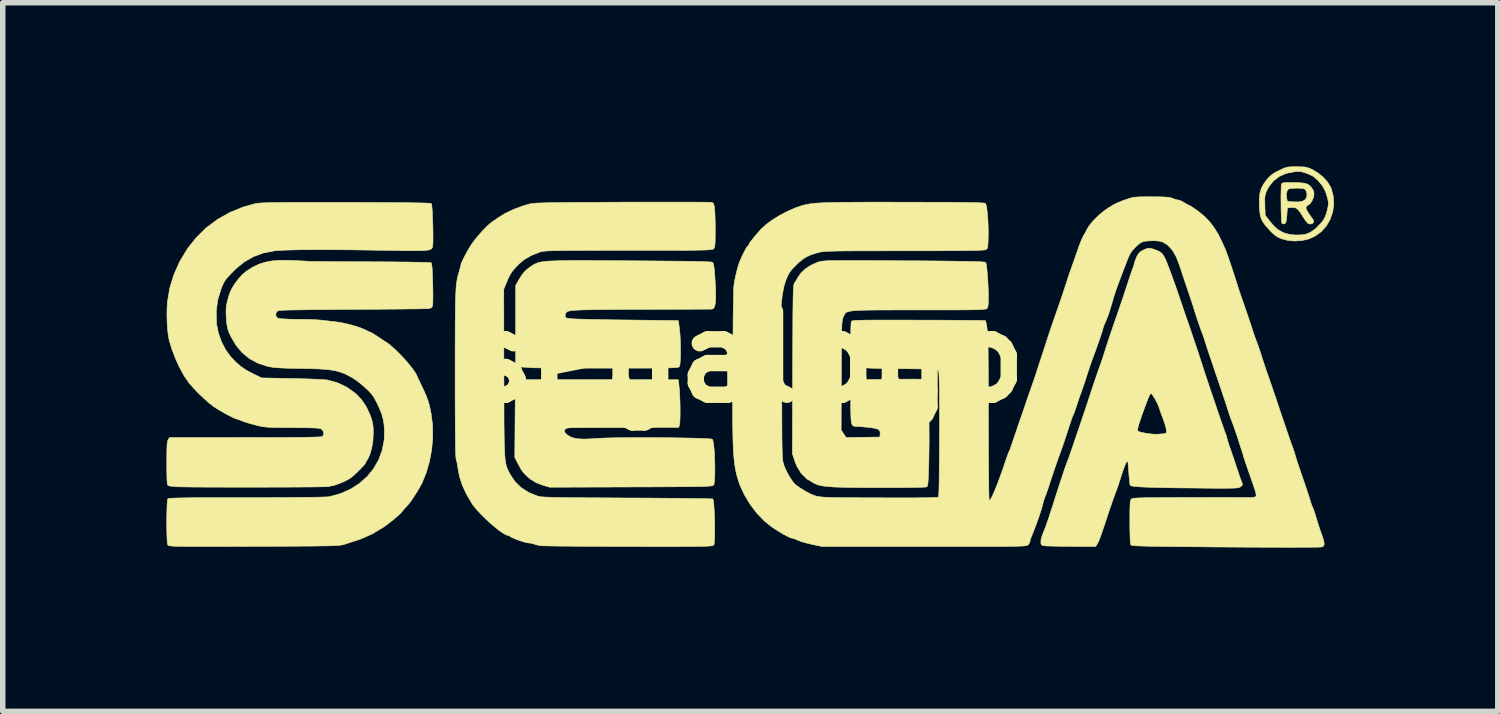
<source format=kicad_pcb>
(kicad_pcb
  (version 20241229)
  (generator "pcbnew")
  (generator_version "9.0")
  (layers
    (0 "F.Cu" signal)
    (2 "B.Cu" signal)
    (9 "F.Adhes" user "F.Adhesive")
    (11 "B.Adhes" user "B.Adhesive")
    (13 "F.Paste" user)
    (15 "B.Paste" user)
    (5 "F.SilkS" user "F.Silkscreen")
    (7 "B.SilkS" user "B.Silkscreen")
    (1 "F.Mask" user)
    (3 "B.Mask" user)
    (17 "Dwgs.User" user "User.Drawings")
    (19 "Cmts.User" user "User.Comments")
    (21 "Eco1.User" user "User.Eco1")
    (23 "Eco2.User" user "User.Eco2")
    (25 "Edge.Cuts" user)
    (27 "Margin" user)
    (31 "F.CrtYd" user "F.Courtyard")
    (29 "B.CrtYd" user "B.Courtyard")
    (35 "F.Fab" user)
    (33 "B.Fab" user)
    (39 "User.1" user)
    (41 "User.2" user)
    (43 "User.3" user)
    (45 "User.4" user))
  (footprint "segalogo"
    (layer "F.Cu")
    (at 10.606 3.493)
    (property "Reference" "segalogo" (at 0 0 0) (layer "F.SilkS") (effects (font (size 1.524 1.524) (thickness 0.3))))
    (attr through_hole)
    (fp_poly (pts (xy 10.004 -3.199) (xy 10.115 -3.197) (xy 10.197 -3.192) (xy 10.258 -3.183) (xy 10.302 -3.168) (xy 10.336 -3.145) (xy 10.366 -3.114) (xy 10.369 -3.111) (xy 10.405 -3.057) (xy 10.418 -3.006) (xy 10.419 -2.982) (xy 10.408 -2.923) (xy 10.383 -2.864) (xy 10.35 -2.814) (xy 10.316 -2.787) (xy 10.313 -2.786) (xy 10.28 -2.765) (xy 10.272 -2.732) (xy 10.291 -2.682) (xy 10.324 -2.629) (xy 10.36 -2.578) (xy 10.389 -2.537) (xy 10.404 -2.516) (xy 10.413 -2.48) (xy 10.395 -2.451) (xy 10.357 -2.438) (xy 10.356 -2.438) (xy 10.33 -2.441) (xy 10.307 -2.452) (xy 10.282 -2.477) (xy 10.251 -2.52) (xy 10.208 -2.586) (xy 10.196 -2.606) (xy 10.151 -2.674) (xy 10.113 -2.716) (xy 10.074 -2.737) (xy 10.026 -2.742) (xy 9.989 -2.74) (xy 9.931 -2.735) (xy 9.923 -2.608) (xy 9.917 -2.543) (xy 9.909 -2.491) (xy 9.902 -2.461) (xy 9.901 -2.46) (xy 9.874 -2.441) (xy 9.843 -2.443) (xy 9.83 -2.454) (xy 9.826 -2.478) (xy 9.822 -2.529) (xy 9.819 -2.602) (xy 9.816 -2.688) (xy 9.815 -2.784) (xy 9.814 -2.881) (xy 9.814 -2.973) (xy 9.815 -2.987) (xy 9.911 -2.987) (xy 9.917 -2.923) (xy 9.931 -2.853) (xy 10.041 -2.845) (xy 10.137 -2.843) (xy 10.206 -2.855) (xy 10.253 -2.882) (xy 10.273 -2.906) (xy 10.29 -2.955) (xy 10.287 -3.01) (xy 10.269 -3.058) (xy 10.244 -3.082) (xy 10.211 -3.09) (xy 10.156 -3.095) (xy 10.089 -3.096) (xy 10.08 -3.095) (xy 10.013 -3.092) (xy 9.972 -3.087) (xy 9.948 -3.076) (xy 9.934 -3.058) (xy 9.925 -3.042) (xy 9.911 -2.987) (xy 9.815 -2.987) (xy 9.816 -3.055) (xy 9.818 -3.12) (xy 9.821 -3.161) (xy 9.824 -3.171) (xy 9.836 -3.185) (xy 9.858 -3.193) (xy 9.898 -3.198) (xy 9.962 -3.199) (xy 10.004 -3.199)) (stroke (width 0.01) (type solid)) (fill yes) (layer "F.SilkS"))
    (fp_poly (pts (xy 10.183 -3.487) (xy 10.243 -3.484) (xy 10.29 -3.475) (xy 10.335 -3.46) (xy 10.387 -3.437) (xy 10.49 -3.376) (xy 10.586 -3.297) (xy 10.666 -3.208) (xy 10.723 -3.116) (xy 10.735 -3.088) (xy 10.773 -2.943) (xy 10.781 -2.797) (xy 10.761 -2.656) (xy 10.714 -2.522) (xy 10.644 -2.402) (xy 10.551 -2.298) (xy 10.437 -2.216) (xy 10.321 -2.164) (xy 10.188 -2.134) (xy 10.049 -2.127) (xy 9.931 -2.14) (xy 9.838 -2.164) (xy 9.765 -2.193) (xy 9.702 -2.235) (xy 9.636 -2.295) (xy 9.603 -2.33) (xy 9.533 -2.409) (xy 9.484 -2.475) (xy 9.452 -2.538) (xy 9.433 -2.606) (xy 9.423 -2.69) (xy 9.418 -2.774) (xy 9.418 -2.862) (xy 9.517 -2.862) (xy 9.519 -2.78) (xy 9.525 -2.599) (xy 9.606 -2.494) (xy 9.684 -2.402) (xy 9.759 -2.336) (xy 9.839 -2.289) (xy 9.895 -2.267) (xy 9.982 -2.246) (xy 10.086 -2.237) (xy 10.191 -2.24) (xy 10.267 -2.251) (xy 10.356 -2.287) (xy 10.449 -2.354) (xy 10.541 -2.447) (xy 10.549 -2.456) (xy 10.596 -2.519) (xy 10.628 -2.581) (xy 10.653 -2.657) (xy 10.659 -2.679) (xy 10.675 -2.75) (xy 10.682 -2.802) (xy 10.68 -2.848) (xy 10.67 -2.903) (xy 10.669 -2.907) (xy 10.632 -3.03) (xy 10.576 -3.136) (xy 10.496 -3.232) (xy 10.418 -3.303) (xy 10.386 -3.323) (xy 10.334 -3.347) (xy 10.283 -3.368) (xy 10.219 -3.389) (xy 10.166 -3.399) (xy 10.105 -3.399) (xy 10.055 -3.395) (xy 9.909 -3.366) (xy 9.782 -3.31) (xy 9.675 -3.227) (xy 9.59 -3.12) (xy 9.555 -3.053) (xy 9.536 -3.008) (xy 9.524 -2.968) (xy 9.518 -2.922) (xy 9.517 -2.862) (xy 9.418 -2.862) (xy 9.417 -2.899) (xy 9.427 -2.999) (xy 9.451 -3.083) (xy 9.49 -3.162) (xy 9.547 -3.242) (xy 9.553 -3.249) (xy 9.602 -3.304) (xy 9.651 -3.347) (xy 9.713 -3.386) (xy 9.776 -3.418) (xy 9.842 -3.449) (xy 9.891 -3.47) (xy 9.936 -3.481) (xy 9.988 -3.487) (xy 10.056 -3.488) (xy 10.099 -3.488) (xy 10.183 -3.487)) (stroke (width 0.01) (type solid)) (fill yes) (layer "F.SilkS"))
    (fp_poly (pts (xy -2.815 0.412) (xy -2.667 0.412) (xy -1.228 0.415) (xy -1.212 0.559) (xy -1.205 0.634) (xy -1.201 0.727) (xy -1.197 0.829) (xy -1.195 0.933) (xy -1.195 1.033) (xy -1.197 1.121) (xy -1.2 1.191) (xy -1.206 1.235) (xy -1.207 1.24) (xy -1.22 1.287) (xy -2.172 1.29) (xy -2.351 1.291) (xy -2.522 1.291) (xy -2.682 1.292) (xy -2.826 1.292) (xy -2.953 1.293) (xy -3.058 1.293) (xy -3.137 1.294) (xy -3.189 1.294) (xy -3.205 1.294) (xy -3.267 1.301) (xy -3.301 1.319) (xy -3.302 1.321) (xy -3.316 1.349) (xy -3.312 1.373) (xy -3.286 1.403) (xy -3.267 1.421) (xy -3.215 1.457) (xy -3.148 1.482) (xy -3.062 1.497) (xy -2.954 1.502) (xy -2.818 1.497) (xy -2.723 1.49) (xy -2.653 1.486) (xy -2.558 1.482) (xy -2.443 1.479) (xy -2.31 1.477) (xy -2.163 1.476) (xy -2.006 1.475) (xy -1.843 1.475) (xy -1.676 1.475) (xy -1.509 1.476) (xy -1.346 1.478) (xy -1.191 1.48) (xy -1.046 1.483) (xy -0.916 1.486) (xy -0.804 1.49) (xy -0.713 1.494) (xy -0.648 1.498) (xy -0.611 1.503) (xy -0.604 1.506) (xy -0.593 1.533) (xy -0.583 1.589) (xy -0.574 1.667) (xy -0.567 1.76) (xy -0.562 1.862) (xy -0.559 1.969) (xy -0.558 2.072) (xy -0.56 2.168) (xy -0.564 2.249) (xy -0.57 2.309) (xy -0.58 2.342) (xy -0.581 2.344) (xy -0.586 2.349) (xy -0.595 2.353) (xy -0.61 2.357) (xy -0.633 2.361) (xy -0.666 2.364) (xy -0.711 2.367) (xy -0.77 2.369) (xy -0.846 2.371) (xy -0.94 2.372) (xy -1.055 2.374) (xy -1.192 2.375) (xy -1.355 2.376) (xy -1.544 2.377) (xy -1.762 2.378) (xy -2.012 2.378) (xy -2.093 2.379) (xy -3.582 2.384) (xy -3.712 2.346) (xy -3.83 2.302) (xy -3.93 2.24) (xy -3.938 2.235) (xy -4.008 2.176) (xy -4.063 2.119) (xy -4.11 2.053) (xy -4.157 1.968) (xy -4.168 1.947) (xy -4.224 1.837) (xy -4.219 1.16) (xy -4.218 1.011) (xy -4.217 0.872) (xy -4.215 0.746) (xy -4.213 0.639) (xy -4.211 0.552) (xy -4.209 0.491) (xy -4.207 0.458) (xy -4.207 0.455) (xy -4.185 0.431) (xy -4.152 0.418) (xy -4.129 0.417) (xy -4.074 0.416) (xy -3.99 0.414) (xy -3.88 0.414) (xy -3.747 0.413) (xy -3.592 0.412) (xy -3.419 0.412) (xy -3.231 0.412) (xy -3.028 0.412) (xy -2.815 0.412)) (stroke (width 0.01) (type solid)) (fill yes) (layer "F.SilkS"))
    (fp_poly (pts (xy -2.866 -1.769) (xy -2.659 -1.768) (xy -2.424 -1.767) (xy -2.157 -1.765) (xy -2.112 -1.765) (xy -1.826 -1.763) (xy -1.572 -1.761) (xy -1.35 -1.759) (xy -1.159 -1.757) (xy -0.998 -1.755) (xy -0.866 -1.752) (xy -0.761 -1.749) (xy -0.684 -1.746) (xy -0.632 -1.743) (xy -0.605 -1.739) (xy -0.601 -1.738) (xy -0.59 -1.72) (xy -0.58 -1.682) (xy -0.571 -1.621) (xy -0.563 -1.531) (xy -0.558 -1.473) (xy -0.548 -1.308) (xy -0.543 -1.173) (xy -0.543 -1.067) (xy -0.55 -0.988) (xy -0.562 -0.932) (xy -0.58 -0.897) (xy -0.605 -0.881) (xy -0.615 -0.879) (xy -0.635 -0.879) (xy -0.686 -0.879) (xy -0.765 -0.878) (xy -0.871 -0.878) (xy -0.999 -0.877) (xy -1.148 -0.877) (xy -1.314 -0.876) (xy -1.496 -0.875) (xy -1.69 -0.875) (xy -1.894 -0.874) (xy -1.897 -0.874) (xy -2.143 -0.874) (xy -2.357 -0.873) (xy -2.543 -0.872) (xy -2.701 -0.87) (xy -2.834 -0.868) (xy -2.944 -0.866) (xy -3.035 -0.863) (xy -3.107 -0.859) (xy -3.163 -0.855) (xy -3.205 -0.849) (xy -3.236 -0.843) (xy -3.258 -0.835) (xy -3.273 -0.826) (xy -3.283 -0.816) (xy -3.288 -0.809) (xy -3.299 -0.775) (xy -3.302 -0.751) (xy -3.298 -0.732) (xy -3.283 -0.719) (xy -3.248 -0.711) (xy -3.188 -0.703) (xy -3.149 -0.701) (xy -3.08 -0.698) (xy -2.985 -0.695) (xy -2.866 -0.692) (xy -2.728 -0.689) (xy -2.574 -0.686) (xy -2.408 -0.683) (xy -2.233 -0.681) (xy -2.151 -0.68) (xy -1.228 -0.669) (xy -1.208 -0.525) (xy -1.199 -0.444) (xy -1.193 -0.349) (xy -1.189 -0.246) (xy -1.187 -0.143) (xy -1.188 -0.044) (xy -1.191 0.044) (xy -1.196 0.114) (xy -1.203 0.16) (xy -1.209 0.174) (xy -1.215 0.179) (xy -1.224 0.184) (xy -1.24 0.188) (xy -1.265 0.191) (xy -1.3 0.194) (xy -1.348 0.196) (xy -1.411 0.198) (xy -1.492 0.2) (xy -1.592 0.201) (xy -1.714 0.201) (xy -1.86 0.202) (xy -2.032 0.202) (xy -2.232 0.202) (xy -2.464 0.202) (xy -2.576 0.202) (xy -2.786 0.202) (xy -2.987 0.201) (xy -3.176 0.201) (xy -3.349 0.2) (xy -3.506 0.199) (xy -3.642 0.198) (xy -3.755 0.197) (xy -3.844 0.196) (xy -3.904 0.195) (xy -3.934 0.194) (xy -3.937 0.194) (xy -3.961 0.19) (xy -4.009 0.186) (xy -4.072 0.183) (xy -4.081 0.183) (xy -4.208 0.178) (xy -4.208 -1.312) (xy -4.151 -1.414) (xy -4.094 -1.505) (xy -4.037 -1.575) (xy -3.968 -1.634) (xy -3.92 -1.667) (xy -3.892 -1.685) (xy -3.865 -1.701) (xy -3.838 -1.714) (xy -3.808 -1.726) (xy -3.773 -1.736) (xy -3.73 -1.745) (xy -3.678 -1.752) (xy -3.615 -1.758) (xy -3.537 -1.762) (xy -3.444 -1.765) (xy -3.332 -1.767) (xy -3.2 -1.769) (xy -3.045 -1.769) (xy -2.866 -1.769)) (stroke (width 0.01) (type solid)) (fill yes) (layer "F.SilkS"))
    (fp_poly (pts (xy 2.062 -1.77) (xy 2.23 -1.769) (xy 2.425 -1.768) (xy 2.65 -1.767) (xy 2.906 -1.765) (xy 2.92 -1.765) (xy 3.191 -1.764) (xy 3.43 -1.762) (xy 3.638 -1.76) (xy 3.818 -1.758) (xy 3.969 -1.755) (xy 4.096 -1.753) (xy 4.198 -1.751) (xy 4.277 -1.748) (xy 4.336 -1.745) (xy 4.375 -1.741) (xy 4.397 -1.738) (xy 4.403 -1.735) (xy 4.412 -1.709) (xy 4.421 -1.655) (xy 4.429 -1.579) (xy 4.437 -1.486) (xy 4.444 -1.383) (xy 4.449 -1.275) (xy 4.452 -1.169) (xy 4.453 -1.106) (xy 4.452 -1.018) (xy 4.449 -0.957) (xy 4.442 -0.918) (xy 4.431 -0.895) (xy 4.427 -0.89) (xy 4.419 -0.885) (xy 4.405 -0.881) (xy 4.382 -0.877) (xy 4.348 -0.874) (xy 4.302 -0.871) (xy 4.239 -0.869) (xy 4.159 -0.867) (xy 4.059 -0.866) (xy 3.936 -0.865) (xy 3.789 -0.864) (xy 3.615 -0.864) (xy 3.412 -0.864) (xy 3.177 -0.864) (xy 3.173 -0.864) (xy 2.931 -0.864) (xy 2.721 -0.864) (xy 2.539 -0.863) (xy 2.385 -0.863) (xy 2.255 -0.861) (xy 2.148 -0.859) (xy 2.061 -0.855) (xy 1.991 -0.851) (xy 1.937 -0.844) (xy 1.896 -0.837) (xy 1.866 -0.827) (xy 1.845 -0.815) (xy 1.829 -0.801) (xy 1.818 -0.784) (xy 1.809 -0.765) (xy 1.798 -0.743) (xy 1.791 -0.726) (xy 1.785 -0.709) (xy 1.779 -0.688) (xy 1.775 -0.66) (xy 1.771 -0.623) (xy 1.768 -0.574) (xy 1.766 -0.51) (xy 1.764 -0.428) (xy 1.763 -0.327) (xy 1.762 -0.202) (xy 1.761 -0.051) (xy 1.76 0.127) (xy 1.759 0.334) (xy 1.755 1.336) (xy 1.847 1.474) (xy 2.155 1.469) (xy 2.464 1.465) (xy 2.469 1.419) (xy 2.47 1.375) (xy 2.459 1.343) (xy 2.431 1.321) (xy 2.38 1.306) (xy 2.302 1.293) (xy 2.269 1.289) (xy 2.189 1.281) (xy 2.115 1.274) (xy 2.058 1.271) (xy 2.037 1.27) (xy 2.005 1.269) (xy 1.98 1.262) (xy 1.962 1.247) (xy 1.948 1.219) (xy 1.94 1.174) (xy 1.935 1.109) (xy 1.932 1.019) (xy 1.931 0.901) (xy 1.931 0.838) (xy 1.932 0.727) (xy 1.934 0.627) (xy 1.937 0.544) (xy 1.941 0.481) (xy 1.945 0.446) (xy 1.947 0.44) (xy 1.955 0.434) (xy 1.973 0.428) (xy 2.003 0.424) (xy 2.049 0.42) (xy 2.113 0.416) (xy 2.199 0.414) (xy 2.309 0.411) (xy 2.448 0.409) (xy 2.617 0.406) (xy 2.62 0.406) (xy 2.767 0.405) (xy 2.903 0.404) (xy 3.026 0.404) (xy 3.131 0.404) (xy 3.215 0.405) (xy 3.273 0.407) (xy 3.302 0.409) (xy 3.304 0.41) (xy 3.325 0.437) (xy 3.34 0.496) (xy 3.342 0.512) (xy 3.348 0.58) (xy 3.353 0.677) (xy 3.357 0.798) (xy 3.361 0.937) (xy 3.364 1.089) (xy 3.366 1.25) (xy 3.367 1.413) (xy 3.367 1.575) (xy 3.365 1.73) (xy 3.363 1.872) (xy 3.362 1.918) (xy 3.358 2.053) (xy 3.354 2.159) (xy 3.351 2.238) (xy 3.347 2.295) (xy 3.343 2.334) (xy 3.338 2.357) (xy 3.33 2.37) (xy 3.321 2.377) (xy 3.313 2.379) (xy 3.282 2.382) (xy 3.221 2.385) (xy 3.134 2.387) (xy 3.027 2.389) (xy 2.902 2.39) (xy 2.764 2.391) (xy 2.617 2.391) (xy 2.465 2.391) (xy 2.312 2.391) (xy 2.164 2.39) (xy 2.023 2.389) (xy 1.893 2.387) (xy 1.78 2.385) (xy 1.687 2.382) (xy 1.619 2.38) (xy 1.6 2.378) (xy 1.502 2.37) (xy 1.429 2.362) (xy 1.373 2.352) (xy 1.326 2.339) (xy 1.28 2.32) (xy 1.251 2.306) (xy 1.124 2.229) (xy 1.023 2.128) (xy 0.947 2.005) (xy 0.909 1.912) (xy 0.862 1.768) (xy 0.867 0.225) (xy 0.868 -0.039) (xy 0.869 -0.27) (xy 0.87 -0.472) (xy 0.87 -0.647) (xy 0.871 -0.796) (xy 0.873 -0.922) (xy 0.874 -1.027) (xy 0.876 -1.112) (xy 0.878 -1.181) (xy 0.88 -1.235) (xy 0.883 -1.276) (xy 0.886 -1.306) (xy 0.89 -1.328) (xy 0.894 -1.344) (xy 0.899 -1.355) (xy 0.905 -1.364) (xy 0.906 -1.366) (xy 0.939 -1.416) (xy 0.965 -1.464) (xy 1.023 -1.546) (xy 1.107 -1.623) (xy 1.21 -1.688) (xy 1.323 -1.737) (xy 1.348 -1.745) (xy 1.368 -1.75) (xy 1.391 -1.755) (xy 1.417 -1.759) (xy 1.451 -1.762) (xy 1.493 -1.765) (xy 1.547 -1.767) (xy 1.614 -1.768) (xy 1.697 -1.77) (xy 1.798 -1.77) (xy 1.919 -1.77) (xy 2.062 -1.77)) (stroke (width 0.01) (type solid)) (fill yes) (layer "F.SilkS"))
    (fp_poly (pts (xy -7.583 -2.835) (xy -7.327 -2.834) (xy -7.039 -2.834) (xy -6.785 -2.833) (xy -6.561 -2.832) (xy -6.368 -2.831) (xy -6.204 -2.829) (xy -6.067 -2.827) (xy -5.957 -2.825) (xy -5.871 -2.823) (xy -5.81 -2.82) (xy -5.771 -2.817) (xy -5.754 -2.814) (xy -5.753 -2.813) (xy -5.747 -2.791) (xy -5.741 -2.742) (xy -5.736 -2.67) (xy -5.732 -2.583) (xy -5.728 -2.485) (xy -5.725 -2.384) (xy -5.723 -2.284) (xy -5.723 -2.193) (xy -5.723 -2.115) (xy -5.726 -2.057) (xy -5.73 -2.027) (xy -5.735 -2.008) (xy -5.744 -1.992) (xy -5.758 -1.979) (xy -5.78 -1.969) (xy -5.814 -1.961) (xy -5.861 -1.955) (xy -5.925 -1.952) (xy -6.007 -1.95) (xy -6.112 -1.949) (xy -6.241 -1.95) (xy -6.397 -1.953) (xy -6.583 -1.956) (xy -6.677 -1.957) (xy -6.976 -1.962) (xy -7.256 -1.966) (xy -7.517 -1.968) (xy -7.756 -1.969) (xy -7.972 -1.968) (xy -8.163 -1.967) (xy -8.327 -1.963) (xy -8.462 -1.959) (xy -8.567 -1.953) (xy -8.636 -1.946) (xy -8.833 -1.907) (xy -9.011 -1.842) (xy -9.174 -1.749) (xy -9.328 -1.625) (xy -9.39 -1.565) (xy -9.455 -1.497) (xy -9.502 -1.445) (xy -9.536 -1.398) (xy -9.563 -1.35) (xy -9.589 -1.29) (xy -9.608 -1.242) (xy -9.668 -1.044) (xy -9.694 -0.837) (xy -9.689 -0.622) (xy -9.687 -0.601) (xy -9.655 -0.442) (xy -9.599 -0.283) (xy -9.523 -0.136) (xy -9.432 -0.01) (xy -9.337 0.091) (xy -9.246 0.17) (xy -9.146 0.238) (xy -9.029 0.3) (xy -8.865 0.381) (xy -8.306 0.392) (xy -8.167 0.395) (xy -8.035 0.399) (xy -7.914 0.403) (xy -7.81 0.408) (xy -7.728 0.413) (xy -7.672 0.417) (xy -7.654 0.42) (xy -7.472 0.47) (xy -7.302 0.551) (xy -7.145 0.664) (xy -7.132 0.675) (xy -7.032 0.779) (xy -6.949 0.902) (xy -6.879 1.05) (xy -6.861 1.099) (xy -6.839 1.167) (xy -6.826 1.226) (xy -6.819 1.291) (xy -6.817 1.372) (xy -6.817 1.405) (xy -6.824 1.538) (xy -6.845 1.664) (xy -6.876 1.776) (xy -6.916 1.864) (xy -6.928 1.882) (xy -6.95 1.918) (xy -6.96 1.942) (xy -6.96 1.943) (xy -6.971 1.96) (xy -7.002 1.996) (xy -7.047 2.044) (xy -7.095 2.092) (xy -7.166 2.159) (xy -7.227 2.209) (xy -7.288 2.248) (xy -7.362 2.285) (xy -7.377 2.292) (xy -7.524 2.347) (xy -7.644 2.372) (xy -7.678 2.374) (xy -7.741 2.376) (xy -7.833 2.377) (xy -7.948 2.379) (xy -8.084 2.38) (xy -8.238 2.381) (xy -8.406 2.382) (xy -8.586 2.382) (xy -8.773 2.383) (xy -8.965 2.383) (xy -9.158 2.383) (xy -9.349 2.383) (xy -9.535 2.383) (xy -9.712 2.382) (xy -9.878 2.382) (xy -10.029 2.381) (xy -10.162 2.38) (xy -10.273 2.378) (xy -10.36 2.377) (xy -10.413 2.375) (xy -10.482 2.37) (xy -10.538 2.363) (xy -10.573 2.354) (xy -10.578 2.351) (xy -10.586 2.337) (xy -10.591 2.306) (xy -10.596 2.255) (xy -10.598 2.18) (xy -10.6 2.078) (xy -10.6 1.946) (xy -10.6 1.941) (xy -10.6 1.811) (xy -10.599 1.711) (xy -10.596 1.637) (xy -10.593 1.583) (xy -10.588 1.547) (xy -10.58 1.523) (xy -10.574 1.511) (xy -10.548 1.473) (xy -9.168 1.474) (xy -8.881 1.474) (xy -8.628 1.473) (xy -8.408 1.472) (xy -8.22 1.471) (xy -8.065 1.469) (xy -7.941 1.466) (xy -7.849 1.464) (xy -7.788 1.461) (xy -7.758 1.457) (xy -7.755 1.456) (xy -7.727 1.425) (xy -7.725 1.382) (xy -7.747 1.339) (xy -7.757 1.328) (xy -7.769 1.318) (xy -7.786 1.311) (xy -7.81 1.305) (xy -7.846 1.301) (xy -7.898 1.298) (xy -7.969 1.296) (xy -8.064 1.294) (xy -8.186 1.293) (xy -8.296 1.292) (xy -8.442 1.291) (xy -8.558 1.29) (xy -8.651 1.288) (xy -8.724 1.285) (xy -8.783 1.281) (xy -8.833 1.275) (xy -8.879 1.267) (xy -8.926 1.257) (xy -8.976 1.244) (xy -9.058 1.222) (xy -9.137 1.199) (xy -9.2 1.178) (xy -9.227 1.167) (xy -9.274 1.148) (xy -9.308 1.136) (xy -9.317 1.135) (xy -9.344 1.126) (xy -9.394 1.104) (xy -9.459 1.071) (xy -9.532 1.032) (xy -9.607 0.99) (xy -9.677 0.948) (xy -9.734 0.911) (xy -9.748 0.902) (xy -9.83 0.837) (xy -9.924 0.753) (xy -10.021 0.66) (xy -10.111 0.566) (xy -10.186 0.479) (xy -10.205 0.456) (xy -10.287 0.334) (xy -10.367 0.188) (xy -10.441 0.026) (xy -10.505 -0.141) (xy -10.555 -0.306) (xy -10.557 -0.313) (xy -10.573 -0.4) (xy -10.586 -0.511) (xy -10.594 -0.637) (xy -10.597 -0.769) (xy -10.595 -0.896) (xy -10.588 -1.011) (xy -10.586 -1.024) (xy -10.545 -1.268) (xy -10.472 -1.505) (xy -10.368 -1.741) (xy -10.357 -1.761) (xy -10.22 -1.989) (xy -10.058 -2.192) (xy -9.875 -2.371) (xy -9.669 -2.524) (xy -9.443 -2.651) (xy -9.196 -2.751) (xy -9 -2.807) (xy -8.977 -2.812) (xy -8.952 -2.817) (xy -8.92 -2.82) (xy -8.881 -2.824) (xy -8.832 -2.826) (xy -8.771 -2.829) (xy -8.695 -2.831) (xy -8.603 -2.832) (xy -8.493 -2.833) (xy -8.361 -2.834) (xy -8.207 -2.834) (xy -8.027 -2.835) (xy -7.82 -2.835) (xy -7.583 -2.835)) (stroke (width 0.01) (type solid)) (fill yes) (layer "F.SilkS"))
    (fp_poly (pts (xy 7.432 -1.992) (xy 7.489 -1.974) (xy 7.518 -1.963) (xy 7.571 -1.942) (xy 7.611 -1.918) (xy 7.644 -1.887) (xy 7.673 -1.843) (xy 7.703 -1.781) (xy 7.738 -1.693) (xy 7.751 -1.659) (xy 7.783 -1.575) (xy 7.811 -1.499) (xy 7.838 -1.424) (xy 7.867 -1.343) (xy 7.9 -1.25) (xy 7.939 -1.136) (xy 7.977 -1.024) (xy 8.012 -0.92) (xy 8.045 -0.824) (xy 8.074 -0.741) (xy 8.095 -0.678) (xy 8.109 -0.64) (xy 8.11 -0.635) (xy 8.13 -0.579) (xy 8.157 -0.5) (xy 8.189 -0.405) (xy 8.224 -0.301) (xy 8.26 -0.195) (xy 8.294 -0.093) (xy 8.324 -0.002) (xy 8.348 0.072) (xy 8.364 0.121) (xy 8.366 0.127) (xy 8.384 0.183) (xy 8.409 0.263) (xy 8.442 0.361) (xy 8.479 0.473) (xy 8.52 0.595) (xy 8.563 0.722) (xy 8.607 0.85) (xy 8.649 0.975) (xy 8.689 1.092) (xy 8.725 1.196) (xy 8.756 1.283) (xy 8.779 1.35) (xy 8.794 1.391) (xy 8.798 1.4) (xy 8.815 1.443) (xy 8.822 1.476) (xy 8.822 1.477) (xy 8.828 1.502) (xy 8.843 1.551) (xy 8.864 1.618) (xy 8.888 1.686) (xy 8.922 1.784) (xy 8.959 1.892) (xy 8.993 1.994) (xy 9.008 2.04) (xy 9.034 2.119) (xy 9.059 2.193) (xy 9.081 2.252) (xy 9.09 2.275) (xy 9.106 2.318) (xy 9.107 2.342) (xy 9.09 2.362) (xy 9.076 2.374) (xy 9.066 2.381) (xy 9.054 2.387) (xy 9.036 2.392) (xy 9.01 2.396) (xy 8.974 2.399) (xy 8.923 2.401) (xy 8.856 2.402) (xy 8.769 2.403) (xy 8.66 2.403) (xy 8.525 2.402) (xy 8.362 2.4) (xy 8.171 2.398) (xy 7.936 2.396) (xy 7.733 2.393) (xy 7.56 2.389) (xy 7.415 2.385) (xy 7.298 2.381) (xy 7.206 2.376) (xy 7.136 2.37) (xy 7.089 2.363) (xy 7.061 2.356) (xy 7.053 2.351) (xy 7.047 2.331) (xy 7.041 2.284) (xy 7.034 2.216) (xy 7.027 2.136) (xy 7.027 2.131) (xy 7.021 2.051) (xy 7.016 1.984) (xy 7.012 1.938) (xy 7.011 1.918) (xy 7.011 1.918) (xy 6.997 1.914) (xy 6.995 1.913) (xy 6.98 1.929) (xy 6.958 1.976) (xy 6.929 2.05) (xy 6.895 2.15) (xy 6.866 2.244) (xy 6.84 2.325) (xy 6.812 2.406) (xy 6.787 2.474) (xy 6.781 2.489) (xy 6.763 2.537) (xy 6.737 2.609) (xy 6.706 2.698) (xy 6.672 2.796) (xy 6.648 2.87) (xy 6.599 3.019) (xy 6.558 3.139) (xy 6.526 3.234) (xy 6.5 3.306) (xy 6.479 3.36) (xy 6.462 3.398) (xy 6.447 3.425) (xy 6.444 3.43) (xy 6.417 3.471) (xy 6.007 3.468) (xy 5.886 3.467) (xy 5.773 3.466) (xy 5.671 3.464) (xy 5.587 3.462) (xy 5.528 3.46) (xy 5.508 3.459) (xy 5.452 3.453) (xy 5.424 3.438) (xy 5.415 3.407) (xy 5.417 3.353) (xy 5.426 3.313) (xy 5.443 3.258) (xy 5.455 3.226) (xy 5.476 3.174) (xy 5.495 3.126) (xy 5.513 3.078) (xy 5.532 3.025) (xy 5.553 2.962) (xy 5.579 2.883) (xy 5.611 2.785) (xy 5.651 2.661) (xy 5.673 2.591) (xy 5.73 2.414) (xy 5.778 2.266) (xy 5.818 2.145) (xy 5.851 2.047) (xy 5.878 1.971) (xy 5.9 1.912) (xy 5.916 1.871) (xy 5.926 1.845) (xy 5.945 1.79) (xy 5.972 1.713) (xy 6.005 1.617) (xy 6.042 1.507) (xy 6.083 1.386) (xy 6.099 1.341) (xy 7.186 1.341) (xy 7.191 1.356) (xy 7.218 1.368) (xy 7.269 1.381) (xy 7.335 1.394) (xy 7.408 1.405) (xy 7.476 1.412) (xy 7.532 1.414) (xy 7.552 1.413) (xy 7.608 1.408) (xy 7.659 1.406) (xy 7.698 1.397) (xy 7.716 1.379) (xy 7.716 1.346) (xy 7.705 1.288) (xy 7.682 1.21) (xy 7.65 1.118) (xy 7.637 1.084) (xy 7.613 1.02) (xy 7.591 0.955) (xy 7.586 0.94) (xy 7.566 0.886) (xy 7.538 0.826) (xy 7.506 0.766) (xy 7.474 0.714) (xy 7.448 0.678) (xy 7.43 0.665) (xy 7.429 0.665) (xy 7.414 0.684) (xy 7.39 0.733) (xy 7.359 0.811) (xy 7.32 0.914) (xy 7.274 1.04) (xy 7.234 1.155) (xy 7.206 1.243) (xy 7.19 1.304) (xy 7.186 1.341) (xy 6.099 1.341) (xy 6.126 1.261) (xy 6.169 1.134) (xy 6.21 1.011) (xy 6.249 0.896) (xy 6.283 0.793) (xy 6.311 0.707) (xy 6.332 0.643) (xy 6.343 0.61) (xy 6.356 0.568) (xy 6.379 0.501) (xy 6.407 0.418) (xy 6.44 0.324) (xy 6.461 0.262) (xy 6.496 0.164) (xy 6.529 0.068) (xy 6.558 -0.017) (xy 6.579 -0.084) (xy 6.588 -0.11) (xy 6.607 -0.173) (xy 6.628 -0.236) (xy 6.65 -0.306) (xy 6.678 -0.387) (xy 6.711 -0.485) (xy 6.752 -0.604) (xy 6.802 -0.749) (xy 6.807 -0.762) (xy 6.848 -0.881) (xy 6.89 -1.006) (xy 6.931 -1.126) (xy 6.966 -1.234) (xy 6.994 -1.318) (xy 6.995 -1.321) (xy 7.024 -1.409) (xy 7.052 -1.495) (xy 7.077 -1.567) (xy 7.095 -1.617) (xy 7.096 -1.617) (xy 7.114 -1.67) (xy 7.127 -1.711) (xy 7.129 -1.726) (xy 7.136 -1.753) (xy 7.154 -1.799) (xy 7.17 -1.836) (xy 7.203 -1.894) (xy 7.241 -1.933) (xy 7.289 -1.96) (xy 7.344 -1.985) (xy 7.387 -1.995) (xy 7.432 -1.992)) (stroke (width 0.01) (type solid)) (fill yes) (layer "F.SilkS"))
    (fp_poly (pts (xy -1.224 -2.84) (xy -1.063 -2.84) (xy -0.924 -2.84) (xy -0.808 -2.839) (xy -0.718 -2.838) (xy -0.656 -2.837) (xy -0.626 -2.836) (xy -0.623 -2.835) (xy -0.597 -2.826) (xy -0.581 -2.807) (xy -0.57 -2.769) (xy -0.564 -2.729) (xy -0.56 -2.681) (xy -0.556 -2.606) (xy -0.553 -2.512) (xy -0.551 -2.408) (xy -0.551 -2.324) (xy -0.552 -2.213) (xy -0.553 -2.13) (xy -0.556 -2.072) (xy -0.56 -2.032) (xy -0.567 -2.007) (xy -0.577 -1.99) (xy -0.581 -1.985) (xy -0.588 -1.98) (xy -0.598 -1.976) (xy -0.615 -1.972) (xy -0.639 -1.969) (xy -0.674 -1.966) (xy -0.721 -1.963) (xy -0.782 -1.961) (xy -0.86 -1.96) (xy -0.956 -1.958) (xy -1.072 -1.957) (xy -1.212 -1.957) (xy -1.376 -1.956) (xy -1.566 -1.956) (xy -1.786 -1.956) (xy -2.037 -1.956) (xy -2.138 -1.956) (xy -2.403 -1.956) (xy -2.636 -1.956) (xy -2.84 -1.955) (xy -3.016 -1.955) (xy -3.166 -1.954) (xy -3.294 -1.953) (xy -3.401 -1.952) (xy -3.489 -1.95) (xy -3.56 -1.948) (xy -3.617 -1.946) (xy -3.662 -1.943) (xy -3.696 -1.939) (xy -3.723 -1.935) (xy -3.743 -1.931) (xy -3.755 -1.928) (xy -3.919 -1.864) (xy -4.054 -1.786) (xy -4.149 -1.706) (xy -4.217 -1.634) (xy -4.268 -1.575) (xy -4.306 -1.517) (xy -4.34 -1.451) (xy -4.371 -1.378) (xy -4.426 -1.245) (xy -4.424 0.288) (xy -4.423 0.56) (xy -4.423 0.801) (xy -4.422 1.012) (xy -4.422 1.196) (xy -4.42 1.355) (xy -4.418 1.492) (xy -4.416 1.608) (xy -4.412 1.705) (xy -4.408 1.786) (xy -4.403 1.854) (xy -4.396 1.91) (xy -4.388 1.956) (xy -4.378 1.996) (xy -4.367 2.03) (xy -4.354 2.061) (xy -4.339 2.092) (xy -4.322 2.125) (xy -4.31 2.147) (xy -4.221 2.281) (xy -4.107 2.392) (xy -3.968 2.481) (xy -3.804 2.547) (xy -3.792 2.55) (xy -3.773 2.555) (xy -3.744 2.558) (xy -3.704 2.562) (xy -3.65 2.565) (xy -3.581 2.567) (xy -3.494 2.57) (xy -3.388 2.572) (xy -3.26 2.574) (xy -3.109 2.575) (xy -2.932 2.577) (xy -2.728 2.578) (xy -2.495 2.579) (xy -2.23 2.581) (xy -2.159 2.581) (xy -1.933 2.582) (xy -1.716 2.583) (xy -1.511 2.585) (xy -1.321 2.586) (xy -1.148 2.588) (xy -0.994 2.59) (xy -0.862 2.592) (xy -0.753 2.593) (xy -0.671 2.595) (xy -0.618 2.597) (xy -0.596 2.599) (xy -0.596 2.599) (xy -0.588 2.623) (xy -0.58 2.676) (xy -0.574 2.75) (xy -0.569 2.841) (xy -0.565 2.942) (xy -0.562 3.047) (xy -0.561 3.151) (xy -0.562 3.247) (xy -0.564 3.33) (xy -0.568 3.394) (xy -0.574 3.433) (xy -0.576 3.439) (xy -0.58 3.444) (xy -0.586 3.449) (xy -0.597 3.453) (xy -0.614 3.457) (xy -0.64 3.46) (xy -0.677 3.463) (xy -0.726 3.465) (xy -0.791 3.467) (xy -0.872 3.468) (xy -0.973 3.469) (xy -1.094 3.469) (xy -1.239 3.47) (xy -1.408 3.47) (xy -1.606 3.47) (xy -1.832 3.47) (xy -2.09 3.469) (xy -2.138 3.469) (xy -2.366 3.469) (xy -2.585 3.468) (xy -2.793 3.467) (xy -2.988 3.466) (xy -3.166 3.465) (xy -3.326 3.463) (xy -3.465 3.462) (xy -3.58 3.46) (xy -3.669 3.458) (xy -3.73 3.456) (xy -3.759 3.454) (xy -3.759 3.454) (xy -3.818 3.441) (xy -3.871 3.426) (xy -3.883 3.422) (xy -3.936 3.408) (xy -3.979 3.404) (xy -4.015 3.398) (xy -4.069 3.383) (xy -4.134 3.362) (xy -4.199 3.338) (xy -4.256 3.314) (xy -4.297 3.294) (xy -4.31 3.284) (xy -4.334 3.27) (xy -4.347 3.268) (xy -4.386 3.256) (xy -4.444 3.223) (xy -4.515 3.173) (xy -4.595 3.109) (xy -4.68 3.036) (xy -4.765 2.957) (xy -4.846 2.877) (xy -4.918 2.8) (xy -4.976 2.729) (xy -5.004 2.69) (xy -5.109 2.512) (xy -5.186 2.345) (xy -5.238 2.184) (xy -5.266 2.032) (xy -5.276 1.966) (xy -5.288 1.907) (xy -5.298 1.874) (xy -5.302 1.853) (xy -5.305 1.809) (xy -5.308 1.741) (xy -5.31 1.647) (xy -5.312 1.527) (xy -5.314 1.379) (xy -5.315 1.202) (xy -5.316 0.996) (xy -5.317 0.758) (xy -5.317 0.489) (xy -5.317 0.311) (xy -5.317 0.038) (xy -5.317 -0.204) (xy -5.316 -0.417) (xy -5.316 -0.602) (xy -5.314 -0.763) (xy -5.313 -0.902) (xy -5.31 -1.02) (xy -5.307 -1.121) (xy -5.303 -1.206) (xy -5.299 -1.277) (xy -5.293 -1.338) (xy -5.286 -1.39) (xy -5.278 -1.436) (xy -5.269 -1.478) (xy -5.258 -1.517) (xy -5.246 -1.558) (xy -5.24 -1.577) (xy -5.226 -1.628) (xy -5.217 -1.667) (xy -5.215 -1.677) (xy -5.207 -1.71) (xy -5.184 -1.765) (xy -5.15 -1.834) (xy -5.109 -1.911) (xy -5.065 -1.989) (xy -5.02 -2.061) (xy -5.008 -2.078) (xy -4.955 -2.15) (xy -4.89 -2.229) (xy -4.819 -2.309) (xy -4.749 -2.382) (xy -4.686 -2.441) (xy -4.64 -2.477) (xy -4.6 -2.504) (xy -4.549 -2.539) (xy -4.526 -2.556) (xy -4.395 -2.636) (xy -4.241 -2.709) (xy -4.073 -2.771) (xy -3.962 -2.804) (xy -3.941 -2.808) (xy -3.915 -2.813) (xy -3.883 -2.817) (xy -3.842 -2.82) (xy -3.791 -2.823) (xy -3.726 -2.825) (xy -3.647 -2.828) (xy -3.55 -2.83) (xy -3.434 -2.831) (xy -3.297 -2.833) (xy -3.136 -2.834) (xy -2.949 -2.835) (xy -2.734 -2.836) (xy -2.49 -2.838) (xy -2.261 -2.839) (xy -2.03 -2.839) (xy -1.809 -2.84) (xy -1.6 -2.84) (xy -1.404 -2.84) (xy -1.224 -2.84)) (stroke (width 0.01) (type solid)) (fill yes) (layer "F.SilkS"))
    (fp_poly (pts (xy -8.36 -1.773) (xy -8.289 -1.771) (xy -8.193 -1.766) (xy -8.106 -1.762) (xy -8.035 -1.758) (xy -7.986 -1.755) (xy -7.971 -1.754) (xy -7.947 -1.753) (xy -7.891 -1.753) (xy -7.807 -1.752) (xy -7.699 -1.751) (xy -7.569 -1.75) (xy -7.42 -1.749) (xy -7.256 -1.748) (xy -7.078 -1.748) (xy -6.891 -1.747) (xy -6.854 -1.747) (xy -6.666 -1.746) (xy -6.488 -1.745) (xy -6.323 -1.743) (xy -6.173 -1.742) (xy -6.042 -1.739) (xy -5.932 -1.737) (xy -5.847 -1.735) (xy -5.789 -1.732) (xy -5.761 -1.73) (xy -5.76 -1.729) (xy -5.751 -1.716) (xy -5.745 -1.687) (xy -5.739 -1.637) (xy -5.735 -1.564) (xy -5.731 -1.463) (xy -5.728 -1.351) (xy -5.725 -1.24) (xy -5.724 -1.139) (xy -5.725 -1.053) (xy -5.726 -0.988) (xy -5.729 -0.949) (xy -5.73 -0.943) (xy -5.748 -0.908) (xy -5.788 -0.891) (xy -5.796 -0.89) (xy -5.821 -0.888) (xy -5.877 -0.887) (xy -5.962 -0.885) (xy -6.073 -0.883) (xy -6.207 -0.882) (xy -6.361 -0.88) (xy -6.533 -0.879) (xy -6.72 -0.877) (xy -6.92 -0.876) (xy -7.129 -0.875) (xy -7.19 -0.874) (xy -7.457 -0.873) (xy -7.692 -0.871) (xy -7.896 -0.869) (xy -8.069 -0.867) (xy -8.215 -0.865) (xy -8.333 -0.863) (xy -8.426 -0.86) (xy -8.494 -0.857) (xy -8.539 -0.853) (xy -8.563 -0.849) (xy -8.565 -0.848) (xy -8.596 -0.816) (xy -8.604 -0.773) (xy -8.589 -0.733) (xy -8.559 -0.711) (xy -8.528 -0.705) (xy -8.47 -0.701) (xy -8.391 -0.697) (xy -8.297 -0.694) (xy -8.207 -0.693) (xy -8.098 -0.692) (xy -7.99 -0.69) (xy -7.892 -0.686) (xy -7.813 -0.681) (xy -7.772 -0.677) (xy -7.692 -0.668) (xy -7.597 -0.657) (xy -7.506 -0.647) (xy -7.493 -0.645) (xy -7.392 -0.629) (xy -7.28 -0.605) (xy -7.167 -0.574) (xy -7.062 -0.54) (xy -6.977 -0.506) (xy -6.95 -0.493) (xy -6.907 -0.471) (xy -6.877 -0.458) (xy -6.871 -0.457) (xy -6.853 -0.448) (xy -6.813 -0.425) (xy -6.76 -0.391) (xy -6.738 -0.377) (xy -6.675 -0.335) (xy -6.616 -0.296) (xy -6.571 -0.267) (xy -6.564 -0.263) (xy -6.513 -0.225) (xy -6.447 -0.167) (xy -6.371 -0.095) (xy -6.293 -0.016) (xy -6.219 0.064) (xy -6.155 0.14) (xy -6.128 0.174) (xy -6.085 0.231) (xy -6.052 0.278) (xy -6.032 0.309) (xy -6.028 0.316) (xy -6.021 0.335) (xy -6.002 0.378) (xy -5.973 0.438) (xy -5.938 0.511) (xy -5.935 0.518) (xy -5.883 0.627) (xy -5.844 0.716) (xy -5.815 0.796) (xy -5.791 0.879) (xy -5.77 0.974) (xy -5.756 1.041) (xy -5.73 1.252) (xy -5.727 1.472) (xy -5.747 1.695) (xy -5.788 1.915) (xy -5.849 2.124) (xy -5.928 2.316) (xy -6.002 2.447) (xy -6.059 2.536) (xy -6.102 2.601) (xy -6.135 2.649) (xy -6.163 2.685) (xy -6.189 2.715) (xy -6.201 2.728) (xy -6.241 2.771) (xy -6.274 2.81) (xy -6.282 2.821) (xy -6.317 2.861) (xy -6.373 2.913) (xy -6.444 2.974) (xy -6.524 3.037) (xy -6.604 3.097) (xy -6.636 3.119) (xy -6.833 3.238) (xy -7.037 3.328) (xy -7.12 3.357) (xy -7.199 3.382) (xy -7.279 3.408) (xy -7.344 3.43) (xy -7.349 3.431) (xy -7.367 3.437) (xy -7.387 3.441) (xy -7.412 3.445) (xy -7.444 3.449) (xy -7.486 3.452) (xy -7.538 3.455) (xy -7.604 3.457) (xy -7.686 3.459) (xy -7.786 3.46) (xy -7.906 3.462) (xy -8.047 3.463) (xy -8.213 3.464) (xy -8.406 3.465) (xy -8.627 3.466) (xy -8.879 3.467) (xy -9.003 3.467) (xy -9.269 3.468) (xy -9.502 3.469) (xy -9.705 3.469) (xy -9.881 3.469) (xy -10.031 3.469) (xy -10.158 3.469) (xy -10.263 3.468) (xy -10.349 3.467) (xy -10.417 3.466) (xy -10.47 3.464) (xy -10.51 3.462) (xy -10.538 3.459) (xy -10.558 3.455) (xy -10.57 3.451) (xy -10.577 3.446) (xy -10.581 3.441) (xy -10.583 3.439) (xy -10.589 3.411) (xy -10.594 3.355) (xy -10.597 3.279) (xy -10.6 3.187) (xy -10.601 3.086) (xy -10.601 2.98) (xy -10.6 2.877) (xy -10.597 2.782) (xy -10.594 2.7) (xy -10.589 2.638) (xy -10.583 2.601) (xy -10.58 2.594) (xy -10.568 2.59) (xy -10.54 2.587) (xy -10.493 2.584) (xy -10.426 2.582) (xy -10.338 2.58) (xy -10.226 2.578) (xy -10.09 2.576) (xy -9.927 2.575) (xy -9.736 2.575) (xy -9.515 2.574) (xy -9.263 2.574) (xy -9.133 2.574) (xy -8.834 2.574) (xy -8.567 2.573) (xy -8.333 2.572) (xy -8.131 2.57) (xy -7.961 2.568) (xy -7.825 2.566) (xy -7.722 2.563) (xy -7.652 2.56) (xy -7.617 2.556) (xy -7.416 2.5) (xy -7.233 2.419) (xy -7.07 2.314) (xy -6.928 2.188) (xy -6.81 2.043) (xy -6.718 1.881) (xy -6.653 1.706) (xy -6.617 1.518) (xy -6.612 1.352) (xy -6.619 1.242) (xy -6.635 1.142) (xy -6.661 1.046) (xy -6.701 0.943) (xy -6.756 0.827) (xy -6.806 0.734) (xy -6.843 0.683) (xy -6.9 0.62) (xy -6.973 0.552) (xy -7.053 0.483) (xy -7.134 0.421) (xy -7.209 0.372) (xy -7.231 0.36) (xy -7.304 0.322) (xy -7.373 0.291) (xy -7.444 0.267) (xy -7.52 0.248) (xy -7.606 0.234) (xy -7.708 0.224) (xy -7.83 0.216) (xy -7.976 0.211) (xy -8.136 0.208) (xy -8.286 0.206) (xy -8.407 0.203) (xy -8.503 0.199) (xy -8.579 0.194) (xy -8.641 0.189) (xy -8.693 0.181) (xy -8.739 0.172) (xy -8.762 0.167) (xy -8.936 0.109) (xy -9.088 0.026) (xy -9.22 -0.083) (xy -9.333 -0.219) (xy -9.429 -0.383) (xy -9.467 -0.466) (xy -9.487 -0.533) (xy -9.502 -0.623) (xy -9.511 -0.724) (xy -9.515 -0.825) (xy -9.511 -0.915) (xy -9.501 -0.978) (xy -9.484 -1.044) (xy -9.467 -1.111) (xy -9.465 -1.12) (xy -9.43 -1.213) (xy -9.374 -1.315) (xy -9.302 -1.415) (xy -9.222 -1.505) (xy -9.141 -1.575) (xy -9.134 -1.58) (xy -9.023 -1.649) (xy -8.913 -1.702) (xy -8.798 -1.739) (xy -8.672 -1.763) (xy -8.528 -1.774) (xy -8.36 -1.773)) (stroke (width 0.01) (type solid)) (fill yes) (layer "F.SilkS"))
    (fp_poly (pts (xy 7.442 -2.937) (xy 7.56 -2.937) (xy 7.65 -2.935) (xy 7.716 -2.931) (xy 7.765 -2.926) (xy 7.801 -2.918) (xy 7.83 -2.908) (xy 7.88 -2.889) (xy 7.923 -2.879) (xy 7.931 -2.879) (xy 7.969 -2.869) (xy 8.014 -2.846) (xy 8.018 -2.844) (xy 8.063 -2.816) (xy 8.103 -2.795) (xy 8.104 -2.794) (xy 8.167 -2.762) (xy 8.243 -2.712) (xy 8.323 -2.653) (xy 8.398 -2.589) (xy 8.417 -2.572) (xy 8.491 -2.496) (xy 8.555 -2.42) (xy 8.612 -2.338) (xy 8.668 -2.243) (xy 8.725 -2.128) (xy 8.788 -1.99) (xy 8.809 -1.936) (xy 8.839 -1.856) (xy 8.874 -1.753) (xy 8.914 -1.634) (xy 8.957 -1.503) (xy 9.001 -1.366) (xy 9.002 -1.363) (xy 9.027 -1.283) (xy 9.05 -1.211) (xy 9.069 -1.154) (xy 9.079 -1.126) (xy 9.1 -1.066) (xy 9.128 -0.987) (xy 9.159 -0.896) (xy 9.192 -0.8) (xy 9.224 -0.706) (xy 9.252 -0.622) (xy 9.274 -0.555) (xy 9.288 -0.511) (xy 9.289 -0.508) (xy 9.306 -0.455) (xy 9.33 -0.385) (xy 9.358 -0.31) (xy 9.363 -0.296) (xy 9.395 -0.21) (xy 9.428 -0.113) (xy 9.456 -0.026) (xy 9.456 -0.025) (xy 9.478 0.044) (xy 9.508 0.134) (xy 9.541 0.233) (xy 9.574 0.329) (xy 9.575 0.33) (xy 9.601 0.406) (xy 9.636 0.507) (xy 9.677 0.626) (xy 9.722 0.758) (xy 9.767 0.894) (xy 9.811 1.024) (xy 9.854 1.152) (xy 9.896 1.274) (xy 9.934 1.387) (xy 9.968 1.485) (xy 9.995 1.562) (xy 10.013 1.613) (xy 10.015 1.617) (xy 10.04 1.685) (xy 10.061 1.749) (xy 10.074 1.795) (xy 10.074 1.795) (xy 10.085 1.832) (xy 10.104 1.893) (xy 10.13 1.972) (xy 10.16 2.06) (xy 10.173 2.1) (xy 10.22 2.236) (xy 10.257 2.345) (xy 10.286 2.431) (xy 10.308 2.497) (xy 10.325 2.548) (xy 10.338 2.59) (xy 10.348 2.625) (xy 10.354 2.642) (xy 10.372 2.699) (xy 10.391 2.748) (xy 10.397 2.761) (xy 10.412 2.796) (xy 10.432 2.853) (xy 10.453 2.921) (xy 10.458 2.938) (xy 10.481 3.016) (xy 10.512 3.111) (xy 10.544 3.205) (xy 10.557 3.241) (xy 10.587 3.33) (xy 10.603 3.394) (xy 10.605 3.436) (xy 10.593 3.462) (xy 10.567 3.476) (xy 10.562 3.478) (xy 10.537 3.48) (xy 10.48 3.482) (xy 10.394 3.483) (xy 10.28 3.484) (xy 10.141 3.484) (xy 9.98 3.485) (xy 9.797 3.484) (xy 9.596 3.484) (xy 9.379 3.483) (xy 9.147 3.482) (xy 8.904 3.48) (xy 8.65 3.479) (xy 8.389 3.476) (xy 8.122 3.474) (xy 7.937 3.472) (xy 7.741 3.47) (xy 7.577 3.468) (xy 7.441 3.466) (xy 7.33 3.463) (xy 7.243 3.461) (xy 7.177 3.458) (xy 7.128 3.454) (xy 7.095 3.45) (xy 7.074 3.446) (xy 7.063 3.44) (xy 7.061 3.437) (xy 7.056 3.414) (xy 7.052 3.361) (xy 7.049 3.285) (xy 7.046 3.189) (xy 7.045 3.08) (xy 7.045 3.02) (xy 7.045 2.891) (xy 7.046 2.793) (xy 7.048 2.72) (xy 7.051 2.668) (xy 7.056 2.634) (xy 7.063 2.613) (xy 7.071 2.6) (xy 7.079 2.595) (xy 7.094 2.59) (xy 7.118 2.586) (xy 7.154 2.583) (xy 7.204 2.58) (xy 7.27 2.578) (xy 7.355 2.576) (xy 7.462 2.575) (xy 7.592 2.574) (xy 7.749 2.573) (xy 7.935 2.572) (xy 8.152 2.572) (xy 8.159 2.572) (xy 8.346 2.572) (xy 8.524 2.571) (xy 8.689 2.571) (xy 8.839 2.571) (xy 8.97 2.572) (xy 9.08 2.572) (xy 9.165 2.572) (xy 9.223 2.573) (xy 9.25 2.573) (xy 9.252 2.573) (xy 9.293 2.572) (xy 9.325 2.566) (xy 9.342 2.561) (xy 9.354 2.552) (xy 9.359 2.536) (xy 9.357 2.509) (xy 9.347 2.467) (xy 9.328 2.406) (xy 9.3 2.322) (xy 9.261 2.212) (xy 9.246 2.167) (xy 9.212 2.07) (xy 9.181 1.98) (xy 9.155 1.904) (xy 9.137 1.848) (xy 9.128 1.82) (xy 9.114 1.77) (xy 9.091 1.698) (xy 9.063 1.61) (xy 9.032 1.515) (xy 9.001 1.42) (xy 8.971 1.333) (xy 8.946 1.26) (xy 8.928 1.211) (xy 8.924 1.202) (xy 8.899 1.137) (xy 8.871 1.057) (xy 8.838 0.957) (xy 8.814 0.881) (xy 8.803 0.846) (xy 8.782 0.784) (xy 8.753 0.699) (xy 8.719 0.595) (xy 8.679 0.478) (xy 8.636 0.351) (xy 8.611 0.279) (xy 8.568 0.15) (xy 8.527 0.029) (xy 8.49 -0.081) (xy 8.459 -0.173) (xy 8.436 -0.245) (xy 8.421 -0.291) (xy 8.417 -0.305) (xy 8.402 -0.356) (xy 8.379 -0.419) (xy 8.367 -0.449) (xy 8.346 -0.504) (xy 8.319 -0.582) (xy 8.287 -0.673) (xy 8.256 -0.767) (xy 8.228 -0.856) (xy 8.213 -0.906) (xy 8.203 -0.937) (xy 8.184 -0.995) (xy 8.158 -1.073) (xy 8.127 -1.166) (xy 8.093 -1.267) (xy 8.089 -1.278) (xy 8.054 -1.384) (xy 8.02 -1.485) (xy 7.99 -1.574) (xy 7.966 -1.646) (xy 7.951 -1.692) (xy 7.951 -1.693) (xy 7.892 -1.844) (xy 7.821 -1.964) (xy 7.738 -2.053) (xy 7.644 -2.11) (xy 7.578 -2.126) (xy 7.489 -2.133) (xy 7.385 -2.129) (xy 7.325 -2.123) (xy 7.28 -2.113) (xy 7.24 -2.094) (xy 7.196 -2.061) (xy 7.15 -2.017) (xy 7.089 -1.952) (xy 7.046 -1.888) (xy 7.011 -1.81) (xy 7.005 -1.795) (xy 6.975 -1.717) (xy 6.943 -1.634) (xy 6.917 -1.566) (xy 6.865 -1.43) (xy 6.824 -1.319) (xy 6.791 -1.227) (xy 6.765 -1.149) (xy 6.743 -1.078) (xy 6.73 -1.033) (xy 6.693 -0.907) (xy 6.662 -0.806) (xy 6.631 -0.722) (xy 6.6 -0.647) (xy 6.593 -0.632) (xy 6.571 -0.581) (xy 6.557 -0.542) (xy 6.553 -0.527) (xy 6.548 -0.504) (xy 6.533 -0.456) (xy 6.511 -0.389) (xy 6.484 -0.31) (xy 6.455 -0.226) (xy 6.426 -0.143) (xy 6.398 -0.069) (xy 6.378 -0.017) (xy 6.357 0.04) (xy 6.329 0.12) (xy 6.298 0.213) (xy 6.266 0.31) (xy 6.257 0.338) (xy 6.227 0.431) (xy 6.198 0.519) (xy 6.172 0.593) (xy 6.153 0.647) (xy 6.149 0.66) (xy 6.129 0.711) (xy 6.105 0.783) (xy 6.079 0.861) (xy 6.07 0.889) (xy 6.047 0.958) (xy 6.027 1.015) (xy 6.012 1.052) (xy 6.007 1.061) (xy 5.997 1.083) (xy 5.979 1.132) (xy 5.956 1.2) (xy 5.929 1.282) (xy 5.918 1.315) (xy 5.885 1.418) (xy 5.849 1.527) (xy 5.813 1.631) (xy 5.784 1.715) (xy 5.782 1.719) (xy 5.729 1.866) (xy 5.684 1.994) (xy 5.644 2.113) (xy 5.603 2.234) (xy 5.578 2.311) (xy 5.552 2.392) (xy 5.526 2.467) (xy 5.505 2.526) (xy 5.493 2.555) (xy 5.472 2.612) (xy 5.454 2.675) (xy 5.453 2.682) (xy 5.436 2.746) (xy 5.409 2.834) (xy 5.375 2.936) (xy 5.336 3.046) (xy 5.295 3.155) (xy 5.256 3.255) (xy 5.238 3.296) (xy 5.222 3.341) (xy 5.215 3.375) (xy 5.215 3.377) (xy 5.204 3.408) (xy 5.182 3.437) (xy 5.176 3.443) (xy 5.168 3.447) (xy 5.157 3.452) (xy 5.141 3.455) (xy 5.117 3.458) (xy 5.083 3.461) (xy 5.039 3.463) (xy 4.981 3.465) (xy 4.909 3.467) (xy 4.82 3.468) (xy 4.712 3.469) (xy 4.583 3.47) (xy 4.432 3.471) (xy 4.256 3.471) (xy 4.054 3.471) (xy 3.824 3.471) (xy 3.563 3.471) (xy 3.278 3.471) (xy 1.408 3.471) (xy 1.216 3.43) (xy 1.132 3.41) (xy 1.053 3.388) (xy 0.99 3.367) (xy 0.957 3.353) (xy 0.908 3.332) (xy 0.866 3.319) (xy 0.856 3.318) (xy 0.823 3.309) (xy 0.768 3.283) (xy 0.698 3.245) (xy 0.617 3.197) (xy 0.531 3.142) (xy 0.484 3.111) (xy 0.344 2.998) (xy 0.21 2.858) (xy 0.089 2.699) (xy -0.015 2.527) (xy -0.097 2.35) (xy -0.123 2.278) (xy -0.142 2.216) (xy -0.159 2.154) (xy -0.174 2.09) (xy -0.187 2.022) (xy -0.198 1.946) (xy -0.207 1.861) (xy -0.215 1.764) (xy -0.221 1.654) (xy -0.226 1.528) (xy -0.229 1.383) (xy -0.232 1.217) (xy -0.233 1.029) (xy -0.233 0.815) (xy -0.233 0.573) (xy -0.232 0.302) (xy -0.23 0.085) (xy -0.229 -0.123) (xy -0.227 -0.323) (xy -0.225 -0.513) (xy -0.224 -0.688) (xy -0.222 -0.848) (xy -0.219 -0.987) (xy -0.217 -1.105) (xy -0.215 -1.198) (xy -0.213 -1.262) (xy -0.211 -1.295) (xy -0.211 -1.295) (xy -0.2 -1.376) (xy -0.181 -1.472) (xy -0.158 -1.57) (xy -0.134 -1.661) (xy -0.111 -1.731) (xy -0.107 -1.741) (xy -0.073 -1.82) (xy -0.038 -1.896) (xy -0.003 -1.962) (xy 0.025 -2.01) (xy 0.043 -2.033) (xy 0.064 -2.058) (xy 0.068 -2.069) (xy 0.078 -2.091) (xy 0.108 -2.131) (xy 0.151 -2.185) (xy 0.203 -2.248) (xy 0.26 -2.313) (xy 0.295 -2.351) (xy 0.385 -2.433) (xy 0.5 -2.517) (xy 0.632 -2.598) (xy 0.772 -2.671) (xy 0.912 -2.733) (xy 1.045 -2.778) (xy 1.084 -2.788) (xy 1.124 -2.797) (xy 1.167 -2.805) (xy 1.215 -2.812) (xy 1.269 -2.818) (xy 1.332 -2.823) (xy 1.407 -2.827) (xy 1.495 -2.83) (xy 1.6 -2.833) (xy 1.722 -2.835) (xy 1.865 -2.837) (xy 2.031 -2.838) (xy 2.221 -2.839) (xy 2.439 -2.839) (xy 2.687 -2.839) (xy 2.943 -2.838) (xy 3.202 -2.838) (xy 3.429 -2.837) (xy 3.627 -2.837) (xy 3.796 -2.836) (xy 3.94 -2.835) (xy 4.06 -2.833) (xy 4.158 -2.832) (xy 4.236 -2.83) (xy 4.297 -2.827) (xy 4.341 -2.825) (xy 4.372 -2.822) (xy 4.391 -2.818) (xy 4.401 -2.814) (xy 4.402 -2.812) (xy 4.414 -2.776) (xy 4.425 -2.713) (xy 4.435 -2.628) (xy 4.443 -2.528) (xy 4.448 -2.42) (xy 4.451 -2.31) (xy 4.45 -2.227) (xy 4.448 -2.133) (xy 4.445 -2.068) (xy 4.441 -2.025) (xy 4.435 -1.998) (xy 4.424 -1.983) (xy 4.41 -1.973) (xy 4.403 -1.969) (xy 4.388 -1.965) (xy 4.359 -1.962) (xy 4.315 -1.959) (xy 4.253 -1.956) (xy 4.171 -1.954) (xy 4.068 -1.952) (xy 3.942 -1.951) (xy 3.792 -1.95) (xy 3.614 -1.949) (xy 3.409 -1.948) (xy 3.173 -1.948) (xy 2.904 -1.948) (xy 2.904 -1.948) (xy 2.648 -1.948) (xy 2.424 -1.947) (xy 2.229 -1.947) (xy 2.061 -1.947) (xy 1.918 -1.946) (xy 1.797 -1.945) (xy 1.696 -1.944) (xy 1.613 -1.942) (xy 1.545 -1.94) (xy 1.491 -1.938) (xy 1.447 -1.935) (xy 1.413 -1.931) (xy 1.384 -1.927) (xy 1.359 -1.922) (xy 1.336 -1.916) (xy 1.321 -1.912) (xy 1.211 -1.878) (xy 1.124 -1.839) (xy 1.045 -1.789) (xy 0.965 -1.721) (xy 0.926 -1.683) (xy 0.863 -1.618) (xy 0.818 -1.562) (xy 0.784 -1.504) (xy 0.752 -1.434) (xy 0.75 -1.429) (xy 0.708 -1.298) (xy 0.677 -1.14) (xy 0.657 -0.961) (xy 0.649 -0.766) (xy 0.653 -0.567) (xy 0.655 -0.505) (xy 0.658 -0.412) (xy 0.66 -0.293) (xy 0.662 -0.152) (xy 0.664 0.008) (xy 0.665 0.183) (xy 0.667 0.37) (xy 0.668 0.564) (xy 0.668 0.762) (xy 0.668 0.779) (xy 0.669 0.998) (xy 0.669 1.186) (xy 0.67 1.346) (xy 0.671 1.48) (xy 0.672 1.591) (xy 0.674 1.681) (xy 0.676 1.754) (xy 0.678 1.811) (xy 0.682 1.856) (xy 0.685 1.892) (xy 0.69 1.92) (xy 0.696 1.944) (xy 0.703 1.967) (xy 0.707 1.981) (xy 0.734 2.048) (xy 0.771 2.123) (xy 0.814 2.199) (xy 0.858 2.266) (xy 0.896 2.316) (xy 0.913 2.333) (xy 1.002 2.397) (xy 1.1 2.457) (xy 1.194 2.507) (xy 1.276 2.54) (xy 1.285 2.542) (xy 1.31 2.549) (xy 1.336 2.555) (xy 1.367 2.559) (xy 1.406 2.563) (xy 1.454 2.567) (xy 1.515 2.57) (xy 1.592 2.572) (xy 1.687 2.574) (xy 1.803 2.575) (xy 1.943 2.576) (xy 2.109 2.577) (xy 2.305 2.578) (xy 2.461 2.578) (xy 2.704 2.579) (xy 2.915 2.579) (xy 3.093 2.579) (xy 3.24 2.577) (xy 3.357 2.576) (xy 3.444 2.573) (xy 3.503 2.57) (xy 3.534 2.566) (xy 3.54 2.564) (xy 3.543 2.545) (xy 3.545 2.494) (xy 3.548 2.414) (xy 3.55 2.309) (xy 3.552 2.181) (xy 3.553 2.032) (xy 3.555 1.866) (xy 3.556 1.685) (xy 3.556 1.491) (xy 3.557 1.406) (xy 3.557 1.178) (xy 3.557 0.981) (xy 3.556 0.813) (xy 3.556 0.672) (xy 3.555 0.556) (xy 3.553 0.463) (xy 3.551 0.389) (xy 3.549 0.333) (xy 3.546 0.293) (xy 3.542 0.265) (xy 3.538 0.249) (xy 3.534 0.241) (xy 3.522 0.235) (xy 3.5 0.23) (xy 3.464 0.225) (xy 3.412 0.222) (xy 3.339 0.219) (xy 3.244 0.216) (xy 3.123 0.215) (xy 2.972 0.213) (xy 2.86 0.212) (xy 2.657 0.21) (xy 2.485 0.207) (xy 2.343 0.204) (xy 2.227 0.199) (xy 2.136 0.193) (xy 2.066 0.186) (xy 2.015 0.178) (xy 1.981 0.168) (xy 1.961 0.156) (xy 1.961 0.155) (xy 1.954 0.133) (xy 1.948 0.082) (xy 1.943 0.009) (xy 1.938 -0.08) (xy 1.935 -0.179) (xy 1.932 -0.282) (xy 1.931 -0.383) (xy 1.932 -0.476) (xy 1.934 -0.556) (xy 1.937 -0.616) (xy 1.942 -0.65) (xy 1.944 -0.654) (xy 1.949 -0.659) (xy 1.96 -0.664) (xy 1.979 -0.667) (xy 2.008 -0.671) (xy 2.05 -0.673) (xy 2.106 -0.675) (xy 2.18 -0.677) (xy 2.273 -0.678) (xy 2.388 -0.679) (xy 2.527 -0.679) (xy 2.692 -0.679) (xy 2.886 -0.679) (xy 3.111 -0.678) (xy 3.176 -0.678) (xy 3.376 -0.678) (xy 3.566 -0.677) (xy 3.743 -0.676) (xy 3.905 -0.675) (xy 4.048 -0.674) (xy 4.171 -0.673) (xy 4.271 -0.672) (xy 4.344 -0.67) (xy 4.388 -0.669) (xy 4.401 -0.668) (xy 4.406 -0.649) (xy 4.415 -0.605) (xy 4.426 -0.543) (xy 4.43 -0.512) (xy 4.435 -0.477) (xy 4.438 -0.427) (xy 4.441 -0.362) (xy 4.444 -0.279) (xy 4.447 -0.176) (xy 4.449 -0.053) (xy 4.45 0.095) (xy 4.451 0.267) (xy 4.452 0.466) (xy 4.453 0.695) (xy 4.453 0.954) (xy 4.453 1.118) (xy 4.454 1.339) (xy 4.454 1.551) (xy 4.455 1.751) (xy 4.456 1.936) (xy 4.457 2.105) (xy 4.459 2.254) (xy 4.46 2.381) (xy 4.462 2.484) (xy 4.464 2.56) (xy 4.466 2.606) (xy 4.468 2.621) (xy 4.481 2.619) (xy 4.504 2.586) (xy 4.534 2.526) (xy 4.572 2.439) (xy 4.616 2.329) (xy 4.665 2.198) (xy 4.719 2.047) (xy 4.773 1.888) (xy 4.795 1.823) (xy 4.815 1.769) (xy 4.829 1.736) (xy 4.832 1.731) (xy 4.847 1.699) (xy 4.86 1.663) (xy 4.87 1.632) (xy 4.89 1.574) (xy 4.917 1.493) (xy 4.951 1.394) (xy 4.989 1.282) (xy 5.03 1.161) (xy 5.073 1.037) (xy 5.116 0.913) (xy 5.156 0.795) (xy 5.193 0.687) (xy 5.226 0.594) (xy 5.251 0.521) (xy 5.269 0.472) (xy 5.274 0.457) (xy 5.295 0.397) (xy 5.319 0.324) (xy 5.334 0.279) (xy 5.349 0.232) (xy 5.372 0.16) (xy 5.401 0.07) (xy 5.435 -0.033) (xy 5.471 -0.144) (xy 5.508 -0.256) (xy 5.543 -0.364) (xy 5.576 -0.463) (xy 5.604 -0.547) (xy 5.626 -0.611) (xy 5.639 -0.649) (xy 5.64 -0.652) (xy 5.663 -0.718) (xy 5.693 -0.804) (xy 5.728 -0.903) (xy 5.764 -1.009) (xy 5.8 -1.114) (xy 5.833 -1.213) (xy 5.861 -1.298) (xy 5.883 -1.363) (xy 5.893 -1.397) (xy 5.914 -1.463) (xy 5.942 -1.545) (xy 5.971 -1.626) (xy 5.975 -1.638) (xy 6.003 -1.716) (xy 6.037 -1.812) (xy 6.071 -1.909) (xy 6.088 -1.96) (xy 6.117 -2.042) (xy 6.148 -2.122) (xy 6.176 -2.186) (xy 6.192 -2.218) (xy 6.225 -2.275) (xy 6.255 -2.331) (xy 6.264 -2.35) (xy 6.313 -2.425) (xy 6.384 -2.509) (xy 6.47 -2.594) (xy 6.564 -2.673) (xy 6.653 -2.735) (xy 6.685 -2.754) (xy 6.729 -2.782) (xy 6.742 -2.79) (xy 6.785 -2.812) (xy 6.849 -2.84) (xy 6.924 -2.87) (xy 6.962 -2.883) (xy 7.018 -2.902) (xy 7.064 -2.916) (xy 7.107 -2.926) (xy 7.154 -2.932) (xy 7.211 -2.936) (xy 7.285 -2.937) (xy 7.383 -2.938) (xy 7.442 -2.937)) (stroke (width 0.01) (type solid)) (fill yes) (layer "F.SilkS")))
  (gr_rect
    (start -3 -3)
    (end 24.392 9.983)
    (stroke (width 0.1) (type default))
    (fill no)
    (layer "Edge.Cuts")))
</source>
